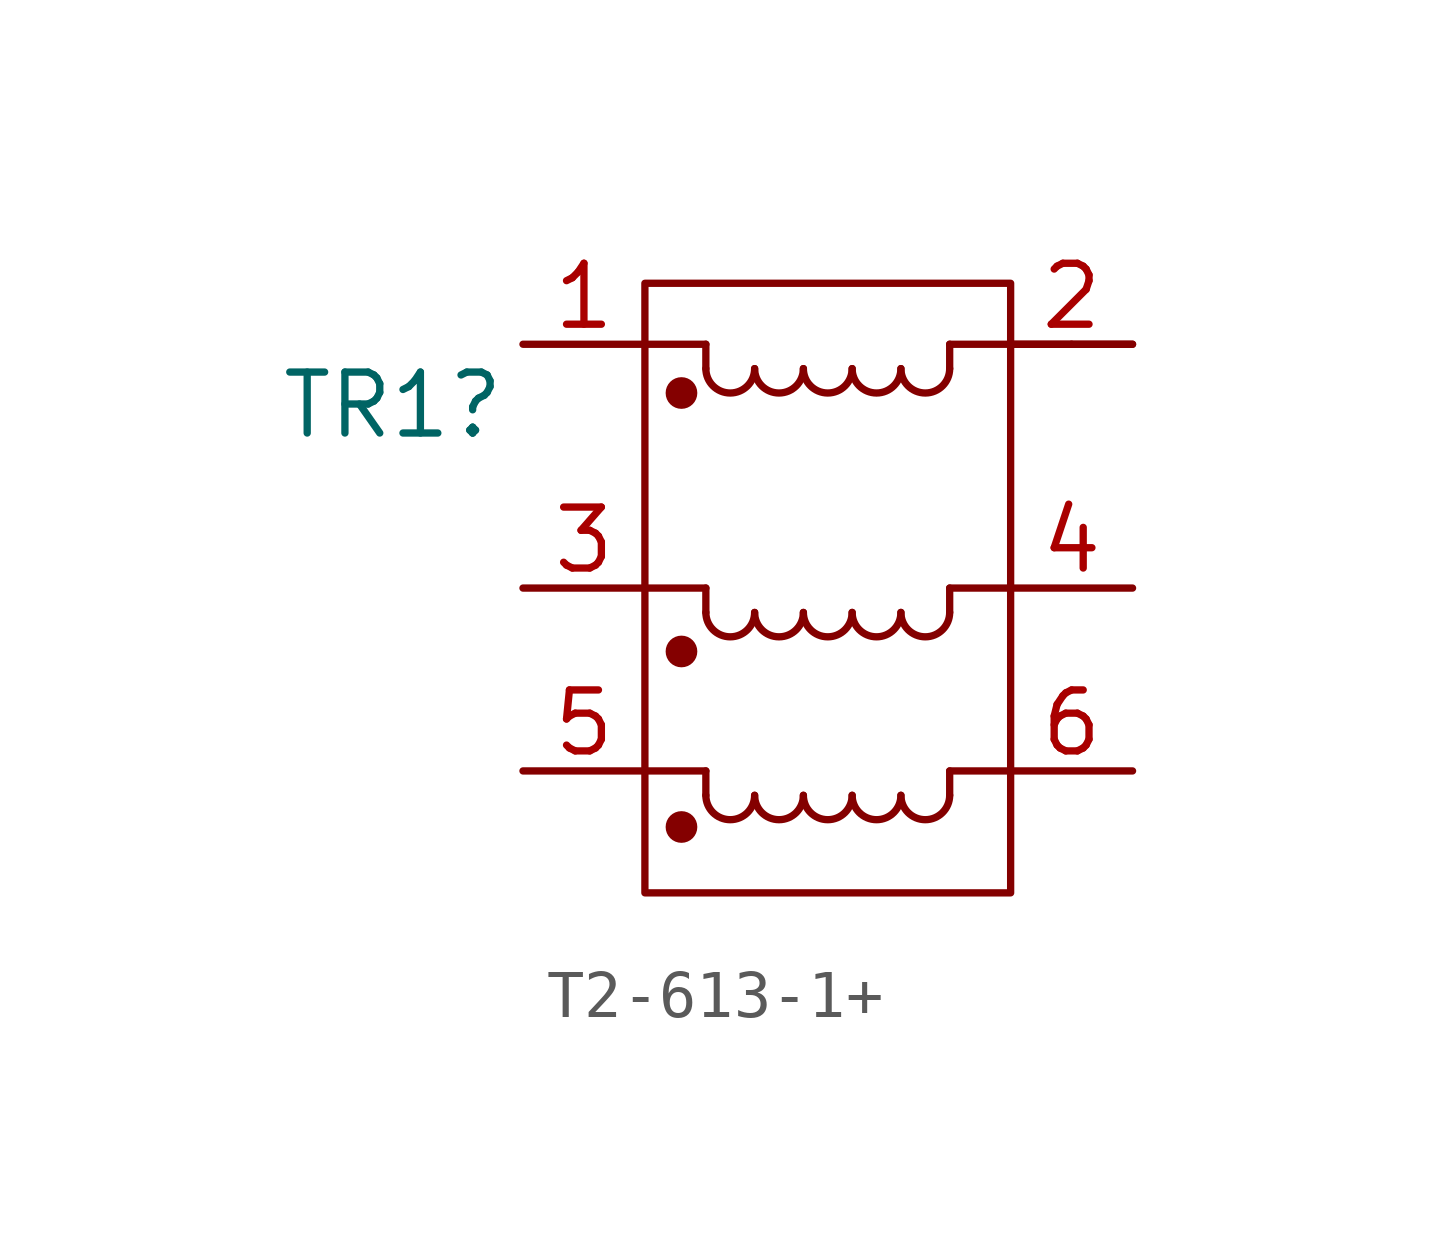
<source format=kicad_sym>
(kicad_symbol_lib
  (version 20220914)
  (generator kicad_symbol_editor)
  (symbol "T2-613-1+"
    (pin_names
      (offset 0.254) hide)
    (property "Reference" "TR1"
      (at -11.43 1.27 0)
      (effects (font (size 1.27 1.27)) (justify left)))
    (symbol "T2-613-1+_0_1"
      (rectangle (start -3.81 3.81) (end 3.81 -8.89) (stroke (width 0) (type default)) (fill (type none)))
      (circle (center -3.048 -7.518) (radius 0.254) (stroke (width 0) (type default)) (fill (type outline)))
      (circle (center -3.048 -3.861) (radius 0.254) (stroke (width 0) (type default)) (fill (type outline)))
      (circle (center -3.048 1.524) (radius 0.254) (stroke (width 0) (type default)) (fill (type outline)))
      (arc (start -2.54 -6.858) (mid -2.032 -7.3638) (end -1.524 -6.858) (stroke (width 0) (type default)) (fill (type none)))
      (arc (start -2.54 -3.048) (mid -2.032 -3.5538) (end -1.524 -3.048) (stroke (width 0) (type default)) (fill (type none)))
      (arc (start -2.54 2.032) (mid -2.032 1.5262) (end -1.524 2.032) (stroke (width 0) (type default)) (fill (type none)))
      (arc (start -1.524 -6.858) (mid -1.016 -7.3638) (end -0.508 -6.858) (stroke (width 0) (type default)) (fill (type none)))
      (arc (start -1.524 -3.048) (mid -1.016 -3.5538) (end -0.508 -3.048) (stroke (width 0) (type default)) (fill (type none)))
      (arc (start -1.524 2.032) (mid -1.016 1.5262) (end -0.508 2.032) (stroke (width 0) (type default)) (fill (type none)))
      (arc (start -0.508 -6.858) (mid 0 -7.3638) (end 0.508 -6.858) (stroke (width 0) (type default)) (fill (type none)))
      (arc (start -0.508 -3.048) (mid 0 -3.5538) (end 0.508 -3.048) (stroke (width 0) (type default)) (fill (type none)))
      (arc (start -0.508 2.032) (mid 0 1.5262) (end 0.508 2.032) (stroke (width 0) (type default)) (fill (type none)))
      (polyline (pts (xy -2.54 -6.858) (xy -2.54 -6.35)) (stroke (width 0) (type default)) (fill (type none)))
      (polyline (pts (xy -2.54 -6.35) (xy -3.81 -6.35)) (stroke (width 0) (type default)) (fill (type none)))
      (polyline (pts (xy -2.54 -3.048) (xy -2.54 -2.54)) (stroke (width 0) (type default)) (fill (type none)))
      (polyline (pts (xy -2.54 -2.54) (xy -3.81 -2.54)) (stroke (width 0) (type default)) (fill (type none)))
      (polyline (pts (xy -2.54 2.032) (xy -2.54 2.54)) (stroke (width 0) (type default)) (fill (type none)))
      (polyline (pts (xy -2.54 2.54) (xy -3.81 2.54)) (stroke (width 0) (type default)) (fill (type none)))
      (polyline (pts (xy 2.54 -6.858) (xy 2.54 -6.35)) (stroke (width 0) (type default)) (fill (type none)))
      (polyline (pts (xy 2.54 -6.35) (xy 3.81 -6.35)) (stroke (width 0) (type default)) (fill (type none)))
      (polyline (pts (xy 2.54 -3.048) (xy 2.54 -2.54)) (stroke (width 0) (type default)) (fill (type none)))
      (polyline (pts (xy 2.54 2.54) (xy 2.54 2.032)) (stroke (width 0) (type default)) (fill (type none)))
      (polyline (pts (xy 2.54 2.54) (xy 5.08 2.54)) (stroke (width 0) (type default)) (fill (type none)))
      (polyline (pts (xy 3.81 -2.54) (xy 2.54 -2.54)) (stroke (width 0) (type default)) (fill (type none)))
      (polyline (pts (xy 6.35 2.54) (xy 5.08 2.54)) (stroke (width 0) (type default)) (fill (type none)))
      (arc (start 0.508 -6.858) (mid 1.016 -7.3638) (end 1.524 -6.858) (stroke (width 0) (type default)) (fill (type none)))
      (arc (start 0.508 -3.048) (mid 1.016 -3.5538) (end 1.524 -3.048) (stroke (width 0) (type default)) (fill (type none)))
      (arc (start 0.508 2.032) (mid 1.016 1.5262) (end 1.524 2.032) (stroke (width 0) (type default)) (fill (type none)))
      (arc (start 1.524 -6.858) (mid 2.032 -7.3638) (end 2.54 -6.858) (stroke (width 0) (type default)) (fill (type none)))
      (arc (start 1.524 -3.048) (mid 2.032 -3.5538) (end 2.54 -3.048) (stroke (width 0) (type default)) (fill (type none)))
      (arc (start 1.524 2.032) (mid 2.032 1.5262) (end 2.54 2.032) (stroke (width 0) (type default)) (fill (type none))))
    (symbol "T2-613-1+_1_1"
      (pin passive line (at -6.35 2.54 0) (length 2.54) (name "1" (effects (font (size 1.27 1.27)))) (number "1" (effects (font (size 1.27 1.27)))))
      (pin passive line (at 6.35 2.54 180) (length 2.54) (name "2" (effects (font (size 1.27 1.27)))) (number "2" (effects (font (size 1.27 1.27)))))
      (pin passive line (at -6.35 -2.54 0) (length 2.54) (name "3" (effects (font (size 1.27 1.27)))) (number "3" (effects (font (size 1.27 1.27)))))
      (pin passive line (at 6.35 -2.54 180) (length 2.54) (name "4" (effects (font (size 1.27 1.27)))) (number "4" (effects (font (size 1.27 1.27)))))
      (pin passive line (at -6.35 -6.35 0) (length 2.54) (name "5" (effects (font (size 1.27 1.27)))) (number "5" (effects (font (size 1.27 1.27)))))
      (pin passive line (at 6.35 -6.35 180) (length 2.54) (name "6" (effects (font (size 1.27 1.27)))) (number "6" (effects (font (size 1.27 1.27))))))))
</source>
